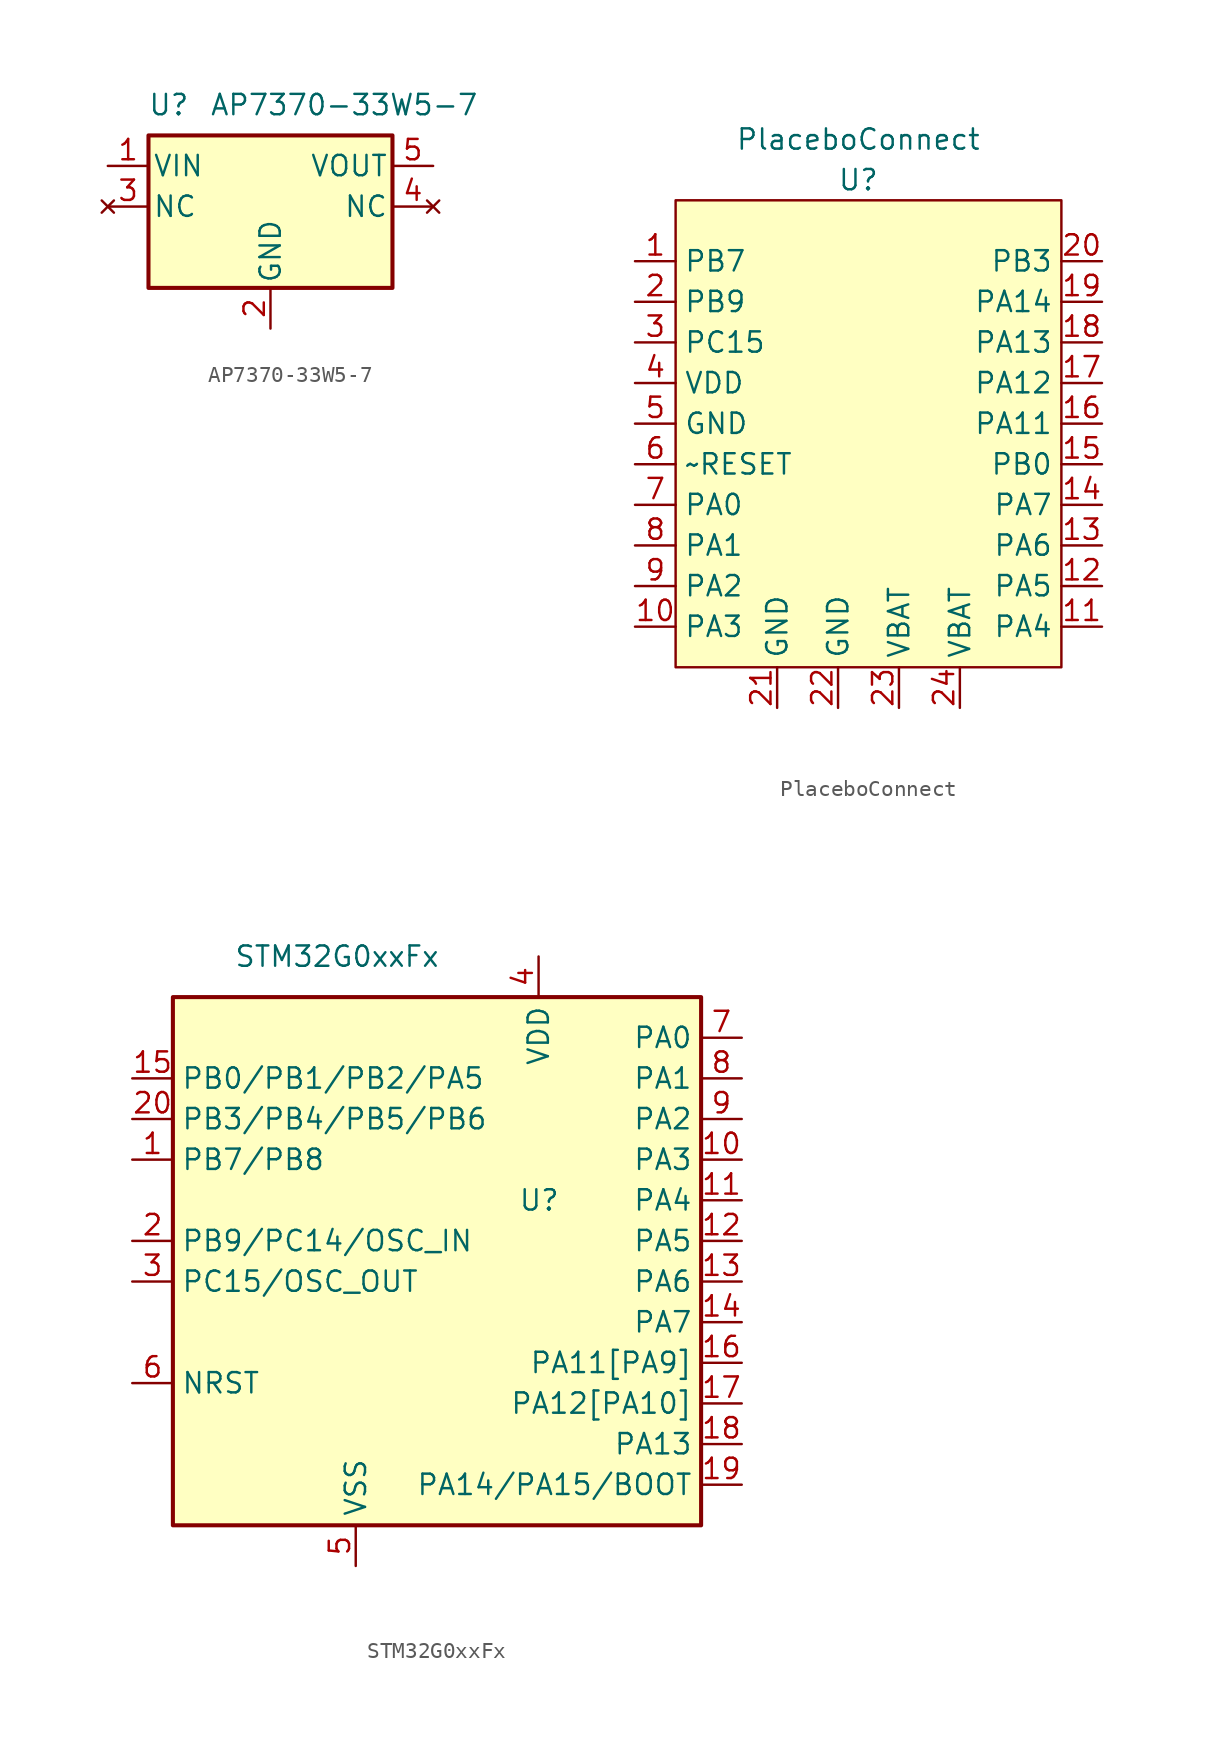
<source format=kicad_sym>
(kicad_symbol_lib
  (version 20220331)
  (generator kicad_symbol_editor)
  (symbol "AP7370-33W5-7"
    (pin_names
      (offset 0.254))
    (property "Reference" "U"
      (at -6.35 6.35 0)
      (effects (font (size 1.27 1.27))))
    (property "Value" "AP7370-33W5-7"
      (at -3.81 6.35 0)
      (effects (font (size 1.27 1.27)) (justify left)))
    (symbol "AP7370-33W5-7_0_1"
      (rectangle (start -7.62 4.445) (end 7.62 -5.08) (stroke (width 0.254) (type default)) (fill (type background))))
    (symbol "AP7370-33W5-7_1_1"
      (pin power_in line (at -10.16 2.54 0) (length 2.54) (name "VIN" (effects (font (size 1.27 1.27)))) (number "1" (effects (font (size 1.27 1.27)))))
      (pin power_in line (at 0 -7.62 90) (length 2.54) (name "GND" (effects (font (size 1.27 1.27)))) (number "2" (effects (font (size 1.27 1.27)))))
      (pin no_connect line (at -10.16 0 0) (length 2.54) (name "NC" (effects (font (size 1.27 1.27)))) (number "3" (effects (font (size 1.27 1.27)))))
      (pin no_connect line (at 10.16 0 180) (length 2.54) (name "NC" (effects (font (size 1.27 1.27)))) (number "4" (effects (font (size 1.27 1.27)))))
      (pin power_out line (at 10.16 2.54 180) (length 2.54) (name "VOUT" (effects (font (size 1.27 1.27)))) (number "5" (effects (font (size 1.27 1.27)))))))
  (symbol "PlaceboConnect"
    (property "Reference" "U"
      (at 0 15.24 0)
      (effects (font (size 1.27 1.27))))
    (property "Value" "PlaceboConnect"
      (at 0 17.78 0)
      (effects (font (size 1.27 1.27))))
    (symbol "PlaceboConnect_0_0"
      (pin bidirectional line (at -13.97 10.16 0) (length 2.54) (name "PB7" (effects (font (size 1.27 1.27)))) (number "1" (effects (font (size 1.27 1.27)))))
      (pin bidirectional line (at -13.97 -12.7 0) (length 2.54) (name "PA3" (effects (font (size 1.27 1.27)))) (number "10" (effects (font (size 1.27 1.27)))))
      (pin bidirectional line (at 15.24 -12.7 180) (length 2.54) (name "PA4" (effects (font (size 1.27 1.27)))) (number "11" (effects (font (size 1.27 1.27)))))
      (pin bidirectional line (at 15.24 -10.16 180) (length 2.54) (name "PA5" (effects (font (size 1.27 1.27)))) (number "12" (effects (font (size 1.27 1.27)))))
      (pin bidirectional line (at 15.24 -7.62 180) (length 2.54) (name "PA6" (effects (font (size 1.27 1.27)))) (number "13" (effects (font (size 1.27 1.27)))))
      (pin bidirectional line (at 15.24 -5.08 180) (length 2.54) (name "PA7" (effects (font (size 1.27 1.27)))) (number "14" (effects (font (size 1.27 1.27)))))
      (pin bidirectional line (at 15.24 -2.54 180) (length 2.54) (name "PB0" (effects (font (size 1.27 1.27)))) (number "15" (effects (font (size 1.27 1.27)))))
      (pin bidirectional line (at 15.24 0 180) (length 2.54) (name "PA11" (effects (font (size 1.27 1.27)))) (number "16" (effects (font (size 1.27 1.27)))))
      (pin bidirectional line (at 15.24 2.54 180) (length 2.54) (name "PA12" (effects (font (size 1.27 1.27)))) (number "17" (effects (font (size 1.27 1.27)))))
      (pin bidirectional line (at 15.24 5.08 180) (length 2.54) (name "PA13" (effects (font (size 1.27 1.27)))) (number "18" (effects (font (size 1.27 1.27)))))
      (pin bidirectional line (at 15.24 7.62 180) (length 2.54) (name "PA14" (effects (font (size 1.27 1.27)))) (number "19" (effects (font (size 1.27 1.27)))))
      (pin bidirectional line (at -13.97 7.62 0) (length 2.54) (name "PB9" (effects (font (size 1.27 1.27)))) (number "2" (effects (font (size 1.27 1.27)))))
      (pin bidirectional line (at 15.24 10.16 180) (length 2.54) (name "PB3" (effects (font (size 1.27 1.27)))) (number "20" (effects (font (size 1.27 1.27)))))
      (pin power_in line (at -5.08 -17.78 90) (length 2.54) (name "GND" (effects (font (size 1.27 1.27)))) (number "21" (effects (font (size 1.27 1.27)))))
      (pin power_in line (at -1.27 -17.78 90) (length 2.54) (name "GND" (effects (font (size 1.27 1.27)))) (number "22" (effects (font (size 1.27 1.27)))))
      (pin power_in line (at 2.54 -17.78 90) (length 2.54) (name "VBAT" (effects (font (size 1.27 1.27)))) (number "23" (effects (font (size 1.27 1.27)))))
      (pin power_in line (at 6.35 -17.78 90) (length 2.54) (name "VBAT" (effects (font (size 1.27 1.27)))) (number "24" (effects (font (size 1.27 1.27)))))
      (pin bidirectional line (at -13.97 5.08 0) (length 2.54) (name "PC15" (effects (font (size 1.27 1.27)))) (number "3" (effects (font (size 1.27 1.27)))))
      (pin power_in line (at -13.97 2.54 0) (length 2.54) (name "VDD" (effects (font (size 1.27 1.27)))) (number "4" (effects (font (size 1.27 1.27)))))
      (pin power_in line (at -13.97 0 0) (length 2.54) (name "GND" (effects (font (size 1.27 1.27)))) (number "5" (effects (font (size 1.27 1.27)))))
      (pin input line (at -13.97 -2.54 0) (length 2.54) (name "~RESET" (effects (font (size 1.27 1.27)))) (number "6" (effects (font (size 1.27 1.27)))))
      (pin bidirectional line (at -13.97 -5.08 0) (length 2.54) (name "PA0" (effects (font (size 1.27 1.27)))) (number "7" (effects (font (size 1.27 1.27)))))
      (pin bidirectional line (at -13.97 -7.62 0) (length 2.54) (name "PA1" (effects (font (size 1.27 1.27)))) (number "8" (effects (font (size 1.27 1.27)))))
      (pin bidirectional line (at -13.97 -10.16 0) (length 2.54) (name "PA2" (effects (font (size 1.27 1.27)))) (number "9" (effects (font (size 1.27 1.27))))))
    (symbol "PlaceboConnect_0_1"
      (rectangle (start -11.43 13.97) (end 12.7 -15.24) (stroke (width 0) (type default)) (fill (type background)))))
  (symbol "STM32G0xxFx"
    (property "Reference" "U"
      (at -1.27 2.54 0)
      (effects (font (size 1.27 1.27)) (justify left)))
    (property "Value" "STM32G0xxFx"
      (at -19.05 17.78 0)
      (effects (font (size 1.27 1.27)) (justify left)))
    (symbol "STM32G0xxFx_0_1"
      (rectangle (start -22.86 15.24) (end 10.16 -17.78) (stroke (width 0.254) (type default)) (fill (type background))))
    (symbol "STM32G0xxFx_1_1"
      (pin bidirectional line (at -25.4 5.08 0) (length 2.54) (name "PB7/PB8" (effects (font (size 1.27 1.27)))) (number "1" (effects (font (size 1.27 1.27)))))
      (pin bidirectional line (at 12.7 5.08 180) (length 2.54) (name "PA3" (effects (font (size 1.27 1.27)))) (number "10" (effects (font (size 1.27 1.27)))))
      (pin bidirectional line (at 12.7 2.54 180) (length 2.54) (name "PA4" (effects (font (size 1.27 1.27)))) (number "11" (effects (font (size 1.27 1.27)))))
      (pin bidirectional line (at 12.7 0 180) (length 2.54) (name "PA5" (effects (font (size 1.27 1.27)))) (number "12" (effects (font (size 1.27 1.27)))))
      (pin bidirectional line (at 12.7 -2.54 180) (length 2.54) (name "PA6" (effects (font (size 1.27 1.27)))) (number "13" (effects (font (size 1.27 1.27)))))
      (pin bidirectional line (at 12.7 -5.08 180) (length 2.54) (name "PA7" (effects (font (size 1.27 1.27)))) (number "14" (effects (font (size 1.27 1.27)))))
      (pin bidirectional line (at -25.4 10.16 0) (length 2.54) (name "PB0/PB1/PB2/PA5" (effects (font (size 1.27 1.27)))) (number "15" (effects (font (size 1.27 1.27)))))
      (pin bidirectional line (at 12.7 -7.62 180) (length 2.54) (name "PA11[PA9]" (effects (font (size 1.27 1.27)))) (number "16" (effects (font (size 1.27 1.27)))))
      (pin bidirectional line (at 12.7 -10.16 180) (length 2.54) (name "PA12[PA10]" (effects (font (size 1.27 1.27)))) (number "17" (effects (font (size 1.27 1.27)))))
      (pin bidirectional line (at 12.7 -12.7 180) (length 2.54) (name "PA13" (effects (font (size 1.27 1.27)))) (number "18" (effects (font (size 1.27 1.27)))))
      (pin bidirectional line (at 12.7 -15.24 180) (length 2.54) (name "PA14/PA15/BOOT" (effects (font (size 1.27 1.27)))) (number "19" (effects (font (size 1.27 1.27)))))
      (pin bidirectional line (at -25.4 0 0) (length 2.54) (name "PB9/PC14/OSC_IN" (effects (font (size 1.27 1.27)))) (number "2" (effects (font (size 1.27 1.27)))))
      (pin bidirectional line (at -25.4 7.62 0) (length 2.54) (name "PB3/PB4/PB5/PB6" (effects (font (size 1.27 1.27)))) (number "20" (effects (font (size 1.27 1.27)))))
      (pin bidirectional line (at -25.4 -2.54 0) (length 2.54) (name "PC15/OSC_OUT" (effects (font (size 1.27 1.27)))) (number "3" (effects (font (size 1.27 1.27)))))
      (pin power_in line (at 0 17.78 270) (length 2.54) (name "VDD" (effects (font (size 1.27 1.27)))) (number "4" (effects (font (size 1.27 1.27)))))
      (pin power_in line (at -11.43 -20.32 90) (length 2.54) (name "VSS" (effects (font (size 1.27 1.27)))) (number "5" (effects (font (size 1.27 1.27)))))
      (pin bidirectional line (at -25.4 -8.89 0) (length 2.54) (name "NRST" (effects (font (size 1.27 1.27)))) (number "6" (effects (font (size 1.27 1.27)))))
      (pin bidirectional line (at 12.7 12.7 180) (length 2.54) (name "PA0" (effects (font (size 1.27 1.27)))) (number "7" (effects (font (size 1.27 1.27)))))
      (pin bidirectional line (at 12.7 10.16 180) (length 2.54) (name "PA1" (effects (font (size 1.27 1.27)))) (number "8" (effects (font (size 1.27 1.27)))))
      (pin bidirectional line (at 12.7 7.62 180) (length 2.54) (name "PA2" (effects (font (size 1.27 1.27)))) (number "9" (effects (font (size 1.27 1.27))))))))
</source>
